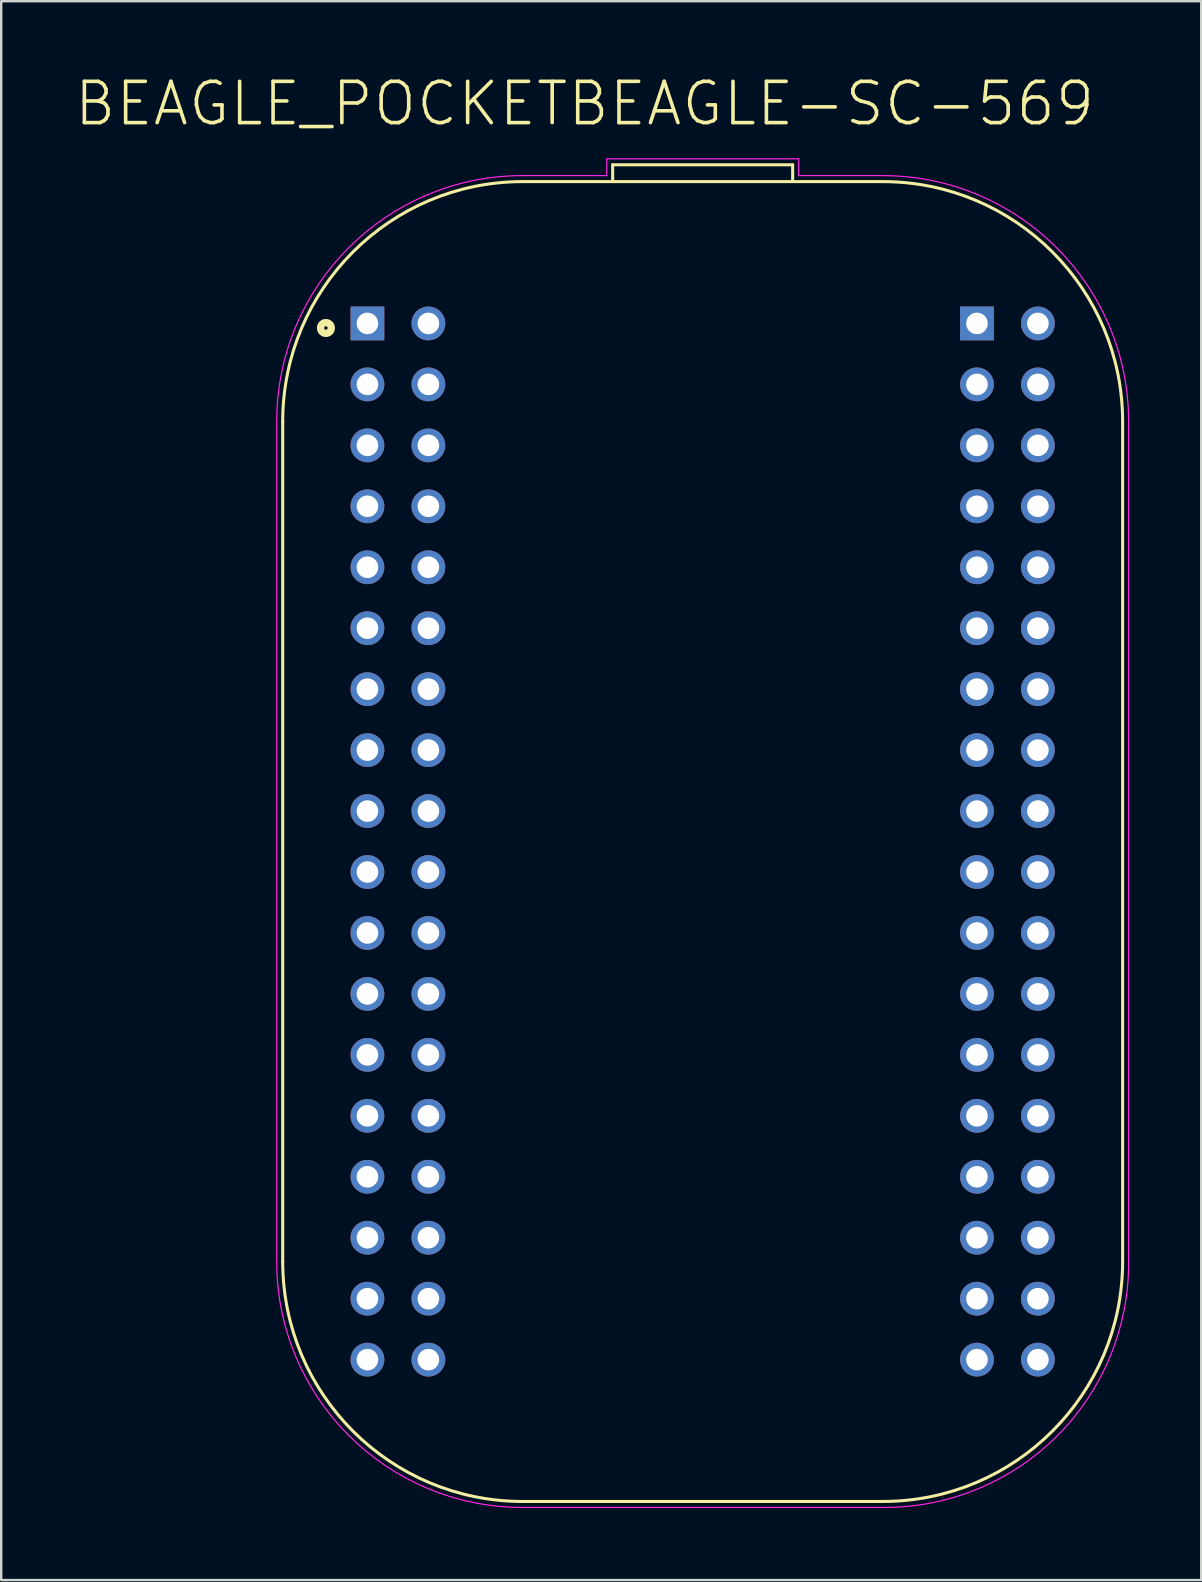
<source format=kicad_pcb>
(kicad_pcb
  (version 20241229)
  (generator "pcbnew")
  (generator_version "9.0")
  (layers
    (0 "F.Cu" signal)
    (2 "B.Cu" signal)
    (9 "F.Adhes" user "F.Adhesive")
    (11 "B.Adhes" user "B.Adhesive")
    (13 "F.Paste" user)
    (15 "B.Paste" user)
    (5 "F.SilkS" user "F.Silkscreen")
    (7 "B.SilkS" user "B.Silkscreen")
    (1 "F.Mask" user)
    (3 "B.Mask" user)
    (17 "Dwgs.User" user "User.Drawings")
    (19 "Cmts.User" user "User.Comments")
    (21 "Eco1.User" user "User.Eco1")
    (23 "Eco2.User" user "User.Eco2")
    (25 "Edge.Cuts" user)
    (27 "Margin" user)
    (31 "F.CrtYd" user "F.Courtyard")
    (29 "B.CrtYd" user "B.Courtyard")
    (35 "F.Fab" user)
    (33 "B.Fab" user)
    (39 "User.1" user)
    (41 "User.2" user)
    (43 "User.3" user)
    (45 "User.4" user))
  (footprint "BEAGLE_POCKETBEAGLE-SC-569"
    (layer "F.Cu")
    (at 26.231 32.018)
    (property "Reference" "BEAGLE_POCKETBEAGLE-SC-569" (at -4.92 -30.748 0) (layer "F.SilkS") (effects (font (size 1.72 1.72) (thickness 0.15))))
    (attr through_hole)
    (fp_line (start -17.5 17.5) (end -17.5 -17.5) (stroke (width 0.127) (type solid)) (layer "F.SilkS"))
    (fp_line (start -7.5 -27.5) (end 7.5 -27.5) (stroke (width 0.127) (type solid)) (layer "F.SilkS"))
    (fp_line (start -3.75 -28.2) (end 3.75 -28.2) (stroke (width 0.127) (type solid)) (layer "F.SilkS"))
    (fp_line (start -3.75 -27.6) (end -3.75 -28.2) (stroke (width 0.127) (type solid)) (layer "F.SilkS"))
    (fp_line (start 3.75 -28.2) (end 3.75 -27.6) (stroke (width 0.127) (type solid)) (layer "F.SilkS"))
    (fp_line (start 7.5 27.5) (end -7.5 27.5) (stroke (width 0.127) (type solid)) (layer "F.SilkS"))
    (fp_line (start 17.5 -17.5) (end 17.5 17.5) (stroke (width 0.127) (type solid)) (layer "F.SilkS"))
    (fp_arc (start -17.5 -17.5) (mid -14.571068 -24.571068) (end -7.5 -27.5) (stroke (width 0.127) (type solid)) (layer "F.SilkS"))
    (fp_arc (start -7.5 27.5) (mid -14.571068 24.571068) (end -17.5 17.5) (stroke (width 0.127) (type solid)) (layer "F.SilkS"))
    (fp_arc (start 7.5 -27.5) (mid 14.571068 -24.571068) (end 17.5 -17.5) (stroke (width 0.127) (type solid)) (layer "F.SilkS"))
    (fp_arc (start 17.5 17.5) (mid 14.571068 24.571068) (end 7.5 27.5) (stroke (width 0.127) (type solid)) (layer "F.SilkS"))
    (fp_circle (center -15.7 -21.4) (end -15.476 -21.4) (stroke (width 0.305) (type solid)) (fill no) (layer "F.SilkS"))
    (fp_line (start -17.75 17.5) (end -17.75 -17.5) (stroke (width 0.05) (type solid)) (layer "F.CrtYd"))
    (fp_line (start -7.5 -27.75) (end -4 -27.75) (stroke (width 0.05) (type solid)) (layer "F.CrtYd"))
    (fp_line (start -4 -28.45) (end 4 -28.45) (stroke (width 0.05) (type solid)) (layer "F.CrtYd"))
    (fp_line (start -4 -27.75) (end -4 -28.45) (stroke (width 0.05) (type solid)) (layer "F.CrtYd"))
    (fp_line (start 4 -28.45) (end 4 -27.75) (stroke (width 0.05) (type solid)) (layer "F.CrtYd"))
    (fp_line (start 4 -27.75) (end 7.5 -27.75) (stroke (width 0.05) (type solid)) (layer "F.CrtYd"))
    (fp_line (start 7.5 27.75) (end -7.5 27.75) (stroke (width 0.05) (type solid)) (layer "F.CrtYd"))
    (fp_line (start 17.75 -17.5) (end 17.75 17.5) (stroke (width 0.05) (type solid)) (layer "F.CrtYd"))
    (fp_arc (start -17.75 -17.5) (mid -14.747845 -24.747845) (end -7.5 -27.75) (stroke (width 0.05) (type solid)) (layer "F.CrtYd"))
    (fp_arc (start -7.5 27.75) (mid -14.747845 24.747845) (end -17.75 17.5) (stroke (width 0.05) (type solid)) (layer "F.CrtYd"))
    (fp_arc (start 7.5 -27.75) (mid 14.747845 -24.747845) (end 17.75 -17.5) (stroke (width 0.05) (type solid)) (layer "F.CrtYd"))
    (fp_arc (start 17.75 17.500001) (mid 14.770116 24.770117) (end 7.5 27.75) (stroke (width 0.05) (type solid)) (layer "F.CrtYd"))
    (pad "P1_1" thru_hole rect (at -13.97 -21.59) (size 1.408 1.408) (drill 0.9) (layers "*.Cu" "*.Mask"))
    (pad "P1_2" thru_hole circle (at -11.43 -21.59) (size 1.408 1.408) (drill 0.9) (layers "*.Cu" "*.Mask"))
    (pad "P1_3" thru_hole circle (at -13.97 -19.05) (size 1.408 1.408) (drill 0.9) (layers "*.Cu" "*.Mask"))
    (pad "P1_4" thru_hole circle (at -11.43 -19.05) (size 1.408 1.408) (drill 0.9) (layers "*.Cu" "*.Mask"))
    (pad "P1_5" thru_hole circle (at -13.97 -16.51) (size 1.408 1.408) (drill 0.9) (layers "*.Cu" "*.Mask"))
    (pad "P1_6" thru_hole circle (at -11.43 -16.51) (size 1.408 1.408) (drill 0.9) (layers "*.Cu" "*.Mask"))
    (pad "P1_7" thru_hole circle (at -13.97 -13.97) (size 1.408 1.408) (drill 0.9) (layers "*.Cu" "*.Mask"))
    (pad "P1_8" thru_hole circle (at -11.43 -13.97) (size 1.408 1.408) (drill 0.9) (layers "*.Cu" "*.Mask"))
    (pad "P1_9" thru_hole circle (at -13.97 -11.43) (size 1.408 1.408) (drill 0.9) (layers "*.Cu" "*.Mask"))
    (pad "P1_10" thru_hole circle (at -11.43 -11.43) (size 1.408 1.408) (drill 0.9) (layers "*.Cu" "*.Mask"))
    (pad "P1_11" thru_hole circle (at -13.97 -8.89) (size 1.408 1.408) (drill 0.9) (layers "*.Cu" "*.Mask"))
    (pad "P1_12" thru_hole circle (at -11.43 -8.89) (size 1.408 1.408) (drill 0.9) (layers "*.Cu" "*.Mask"))
    (pad "P1_13" thru_hole circle (at -13.97 -6.35) (size 1.408 1.408) (drill 0.9) (layers "*.Cu" "*.Mask"))
    (pad "P1_14" thru_hole circle (at -11.43 -6.35) (size 1.408 1.408) (drill 0.9) (layers "*.Cu" "*.Mask"))
    (pad "P1_15" thru_hole circle (at -13.97 -3.81) (size 1.408 1.408) (drill 0.9) (layers "*.Cu" "*.Mask"))
    (pad "P1_16" thru_hole circle (at -11.43 -3.81) (size 1.408 1.408) (drill 0.9) (layers "*.Cu" "*.Mask"))
    (pad "P1_17" thru_hole circle (at -13.97 -1.27) (size 1.408 1.408) (drill 0.9) (layers "*.Cu" "*.Mask"))
    (pad "P1_18" thru_hole circle (at -11.43 -1.27) (size 1.408 1.408) (drill 0.9) (layers "*.Cu" "*.Mask"))
    (pad "P1_19" thru_hole circle (at -13.97 1.27) (size 1.408 1.408) (drill 0.9) (layers "*.Cu" "*.Mask"))
    (pad "P1_20" thru_hole circle (at -11.43 1.27) (size 1.408 1.408) (drill 0.9) (layers "*.Cu" "*.Mask"))
    (pad "P1_21" thru_hole circle (at -13.97 3.81) (size 1.408 1.408) (drill 0.9) (layers "*.Cu" "*.Mask"))
    (pad "P1_22" thru_hole circle (at -11.43 3.81) (size 1.408 1.408) (drill 0.9) (layers "*.Cu" "*.Mask"))
    (pad "P1_23" thru_hole circle (at -13.97 6.35) (size 1.408 1.408) (drill 0.9) (layers "*.Cu" "*.Mask"))
    (pad "P1_24" thru_hole circle (at -11.43 6.35) (size 1.408 1.408) (drill 0.9) (layers "*.Cu" "*.Mask"))
    (pad "P1_25" thru_hole circle (at -13.97 8.89) (size 1.408 1.408) (drill 0.9) (layers "*.Cu" "*.Mask"))
    (pad "P1_26" thru_hole circle (at -11.43 8.89) (size 1.408 1.408) (drill 0.9) (layers "*.Cu" "*.Mask"))
    (pad "P1_27" thru_hole circle (at -13.97 11.43) (size 1.408 1.408) (drill 0.9) (layers "*.Cu" "*.Mask"))
    (pad "P1_28" thru_hole circle (at -11.43 11.43) (size 1.408 1.408) (drill 0.9) (layers "*.Cu" "*.Mask"))
    (pad "P1_29" thru_hole circle (at -13.97 13.97) (size 1.408 1.408) (drill 0.9) (layers "*.Cu" "*.Mask"))
    (pad "P1_30" thru_hole circle (at -11.43 13.97) (size 1.408 1.408) (drill 0.9) (layers "*.Cu" "*.Mask"))
    (pad "P1_31" thru_hole circle (at -13.97 16.51) (size 1.408 1.408) (drill 0.9) (layers "*.Cu" "*.Mask"))
    (pad "P1_32" thru_hole circle (at -11.43 16.51) (size 1.408 1.408) (drill 0.9) (layers "*.Cu" "*.Mask"))
    (pad "P1_33" thru_hole circle (at -13.97 19.05) (size 1.408 1.408) (drill 0.9) (layers "*.Cu" "*.Mask"))
    (pad "P1_34" thru_hole circle (at -11.43 19.05) (size 1.408 1.408) (drill 0.9) (layers "*.Cu" "*.Mask"))
    (pad "P1_35" thru_hole circle (at -13.97 21.59) (size 1.408 1.408) (drill 0.9) (layers "*.Cu" "*.Mask"))
    (pad "P1_36" thru_hole circle (at -11.43 21.59) (size 1.408 1.408) (drill 0.9) (layers "*.Cu" "*.Mask"))
    (pad "P2_1" thru_hole rect (at 11.43 -21.59) (size 1.408 1.408) (drill 0.9) (layers "*.Cu" "*.Mask"))
    (pad "P2_2" thru_hole circle (at 13.97 -21.59) (size 1.408 1.408) (drill 0.9) (layers "*.Cu" "*.Mask"))
    (pad "P2_3" thru_hole circle (at 11.43 -19.05) (size 1.408 1.408) (drill 0.9) (layers "*.Cu" "*.Mask"))
    (pad "P2_4" thru_hole circle (at 13.97 -19.05) (size 1.408 1.408) (drill 0.9) (layers "*.Cu" "*.Mask"))
    (pad "P2_5" thru_hole circle (at 11.43 -16.51) (size 1.408 1.408) (drill 0.9) (layers "*.Cu" "*.Mask"))
    (pad "P2_6" thru_hole circle (at 13.97 -16.51) (size 1.408 1.408) (drill 0.9) (layers "*.Cu" "*.Mask"))
    (pad "P2_7" thru_hole circle (at 11.43 -13.97) (size 1.408 1.408) (drill 0.9) (layers "*.Cu" "*.Mask"))
    (pad "P2_8" thru_hole circle (at 13.97 -13.97) (size 1.408 1.408) (drill 0.9) (layers "*.Cu" "*.Mask"))
    (pad "P2_9" thru_hole circle (at 11.43 -11.43) (size 1.408 1.408) (drill 0.9) (layers "*.Cu" "*.Mask"))
    (pad "P2_10" thru_hole circle (at 13.97 -11.43) (size 1.408 1.408) (drill 0.9) (layers "*.Cu" "*.Mask"))
    (pad "P2_11" thru_hole circle (at 11.43 -8.89) (size 1.408 1.408) (drill 0.9) (layers "*.Cu" "*.Mask"))
    (pad "P2_12" thru_hole circle (at 13.97 -8.89) (size 1.408 1.408) (drill 0.9) (layers "*.Cu" "*.Mask"))
    (pad "P2_13" thru_hole circle (at 11.43 -6.35) (size 1.408 1.408) (drill 0.9) (layers "*.Cu" "*.Mask"))
    (pad "P2_14" thru_hole circle (at 13.97 -6.35) (size 1.408 1.408) (drill 0.9) (layers "*.Cu" "*.Mask"))
    (pad "P2_15" thru_hole circle (at 11.43 -3.81) (size 1.408 1.408) (drill 0.9) (layers "*.Cu" "*.Mask"))
    (pad "P2_16" thru_hole circle (at 13.97 -3.81) (size 1.408 1.408) (drill 0.9) (layers "*.Cu" "*.Mask"))
    (pad "P2_17" thru_hole circle (at 11.43 -1.27) (size 1.408 1.408) (drill 0.9) (layers "*.Cu" "*.Mask"))
    (pad "P2_18" thru_hole circle (at 13.97 -1.27) (size 1.408 1.408) (drill 0.9) (layers "*.Cu" "*.Mask"))
    (pad "P2_19" thru_hole circle (at 11.43 1.27) (size 1.408 1.408) (drill 0.9) (layers "*.Cu" "*.Mask"))
    (pad "P2_20" thru_hole circle (at 13.97 1.27) (size 1.408 1.408) (drill 0.9) (layers "*.Cu" "*.Mask"))
    (pad "P2_21" thru_hole circle (at 11.43 3.81) (size 1.408 1.408) (drill 0.9) (layers "*.Cu" "*.Mask"))
    (pad "P2_22" thru_hole circle (at 13.97 3.81) (size 1.408 1.408) (drill 0.9) (layers "*.Cu" "*.Mask"))
    (pad "P2_23" thru_hole circle (at 11.43 6.35) (size 1.408 1.408) (drill 0.9) (layers "*.Cu" "*.Mask"))
    (pad "P2_24" thru_hole circle (at 13.97 6.35) (size 1.408 1.408) (drill 0.9) (layers "*.Cu" "*.Mask"))
    (pad "P2_25" thru_hole circle (at 11.43 8.89) (size 1.408 1.408) (drill 0.9) (layers "*.Cu" "*.Mask"))
    (pad "P2_26" thru_hole circle (at 13.97 8.89) (size 1.408 1.408) (drill 0.9) (layers "*.Cu" "*.Mask"))
    (pad "P2_27" thru_hole circle (at 11.43 11.43) (size 1.408 1.408) (drill 0.9) (layers "*.Cu" "*.Mask"))
    (pad "P2_28" thru_hole circle (at 13.97 11.43) (size 1.408 1.408) (drill 0.9) (layers "*.Cu" "*.Mask"))
    (pad "P2_29" thru_hole circle (at 11.43 13.97) (size 1.408 1.408) (drill 0.9) (layers "*.Cu" "*.Mask"))
    (pad "P2_30" thru_hole circle (at 13.97 13.97) (size 1.408 1.408) (drill 0.9) (layers "*.Cu" "*.Mask"))
    (pad "P2_31" thru_hole circle (at 11.43 16.51) (size 1.408 1.408) (drill 0.9) (layers "*.Cu" "*.Mask"))
    (pad "P2_32" thru_hole circle (at 13.97 16.51) (size 1.408 1.408) (drill 0.9) (layers "*.Cu" "*.Mask"))
    (pad "P2_33" thru_hole circle (at 11.43 19.05) (size 1.408 1.408) (drill 0.9) (layers "*.Cu" "*.Mask"))
    (pad "P2_34" thru_hole circle (at 13.97 19.05) (size 1.408 1.408) (drill 0.9) (layers "*.Cu" "*.Mask"))
    (pad "P2_35" thru_hole circle (at 11.43 21.59) (size 1.408 1.408) (drill 0.9) (layers "*.Cu" "*.Mask"))
    (pad "P2_36" thru_hole circle (at 13.97 21.59) (size 1.408 1.408) (drill 0.9) (layers "*.Cu" "*.Mask")))
  (gr_rect
    (start -3 -3)
    (end 47.006 62.793)
    (stroke (width 0.1) (type default))
    (fill no)
    (layer "Edge.Cuts")))
</source>
